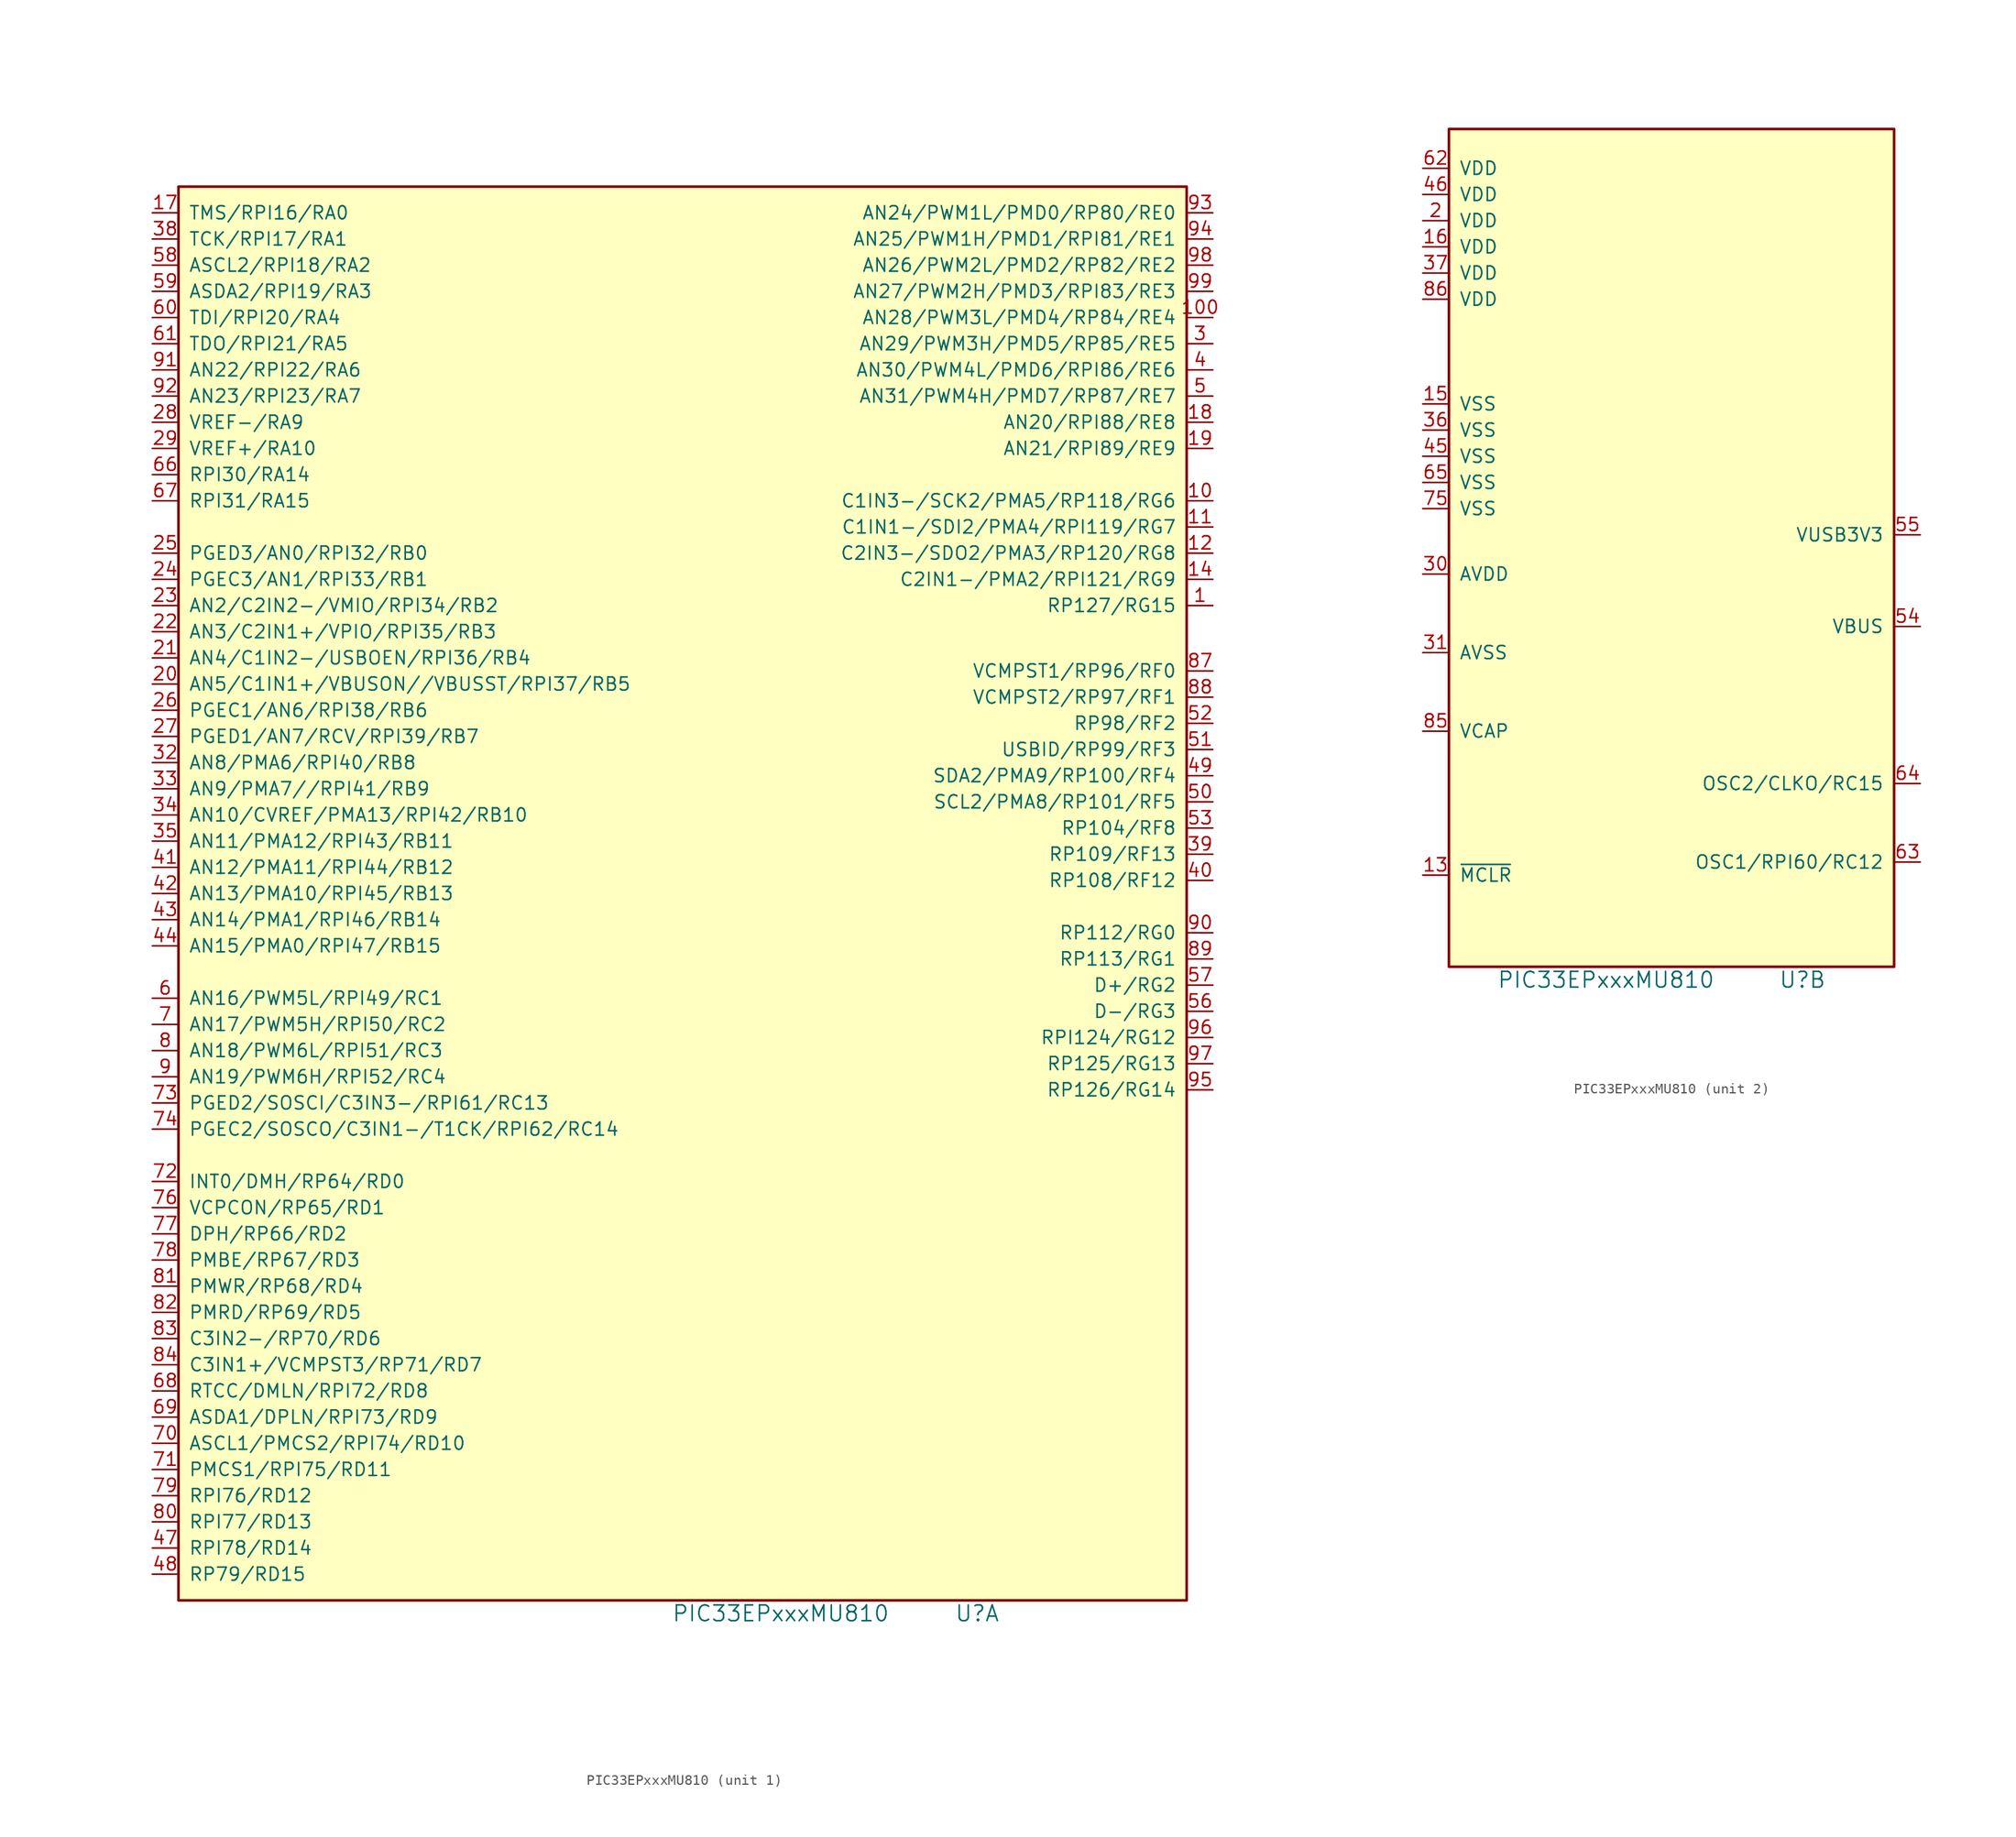
<source format=kicad_sym>
(kicad_symbol_lib
  (version 20211014)
  (generator kicad_symbol_editor)
  (symbol "PIC33EPxxxMU810"
    (pin_names
      (offset 1.016))
    (property "Reference" "U"
      (at 19.05 -97.79 0)
      (effects (font (size 1.524 1.524))))
    (property "Value" "PIC33EPxxxMU810"
      (at 0 -97.79 0)
      (effects (font (size 1.524 1.524))))
    (property "ki_locked" ""
      (at 0 0 0)
      (effects (font (size 1.27 1.27))))
    (symbol "PIC33EPxxxMU810_1_1"
      (rectangle (start -58.42 40.64) (end 39.37 -96.52) (stroke (width 0.254) (type default) (color 0 0 0 0)) (fill (type background)))
      (pin bidirectional line (at 41.91 0 180) (length 2.489) (name "RP127/RG15" (effects (font (size 1.27 1.27)))) (number "1" (effects (font (size 1.27 1.27)))))
      (pin bidirectional line (at 41.91 10.16 180) (length 2.489) (name "C1IN3-/SCK2/PMA5/RP118/RG6" (effects (font (size 1.27 1.27)))) (number "10" (effects (font (size 1.27 1.27)))))
      (pin bidirectional line (at 41.91 27.94 180) (length 2.489) (name "AN28/PWM3L/PMD4/RP84/RE4" (effects (font (size 1.27 1.27)))) (number "100" (effects (font (size 1.27 1.27)))))
      (pin bidirectional line (at 41.91 7.62 180) (length 2.489) (name "C1IN1-/SDI2/PMA4/RPI119/RG7" (effects (font (size 1.27 1.27)))) (number "11" (effects (font (size 1.27 1.27)))))
      (pin bidirectional line (at 41.91 5.08 180) (length 2.489) (name "C2IN3-/SDO2/PMA3/RP120/RG8" (effects (font (size 1.27 1.27)))) (number "12" (effects (font (size 1.27 1.27)))))
      (pin bidirectional line (at 41.91 2.54 180) (length 2.489) (name "C2IN1-/PMA2/RPI121/RG9" (effects (font (size 1.27 1.27)))) (number "14" (effects (font (size 1.27 1.27)))))
      (pin bidirectional line (at -60.96 38.1 0) (length 2.489) (name "TMS/RPI16/RA0" (effects (font (size 1.27 1.27)))) (number "17" (effects (font (size 1.27 1.27)))))
      (pin bidirectional line (at 41.91 17.78 180) (length 2.489) (name "AN20/RPI88/RE8" (effects (font (size 1.27 1.27)))) (number "18" (effects (font (size 1.27 1.27)))))
      (pin bidirectional line (at 41.91 15.24 180) (length 2.489) (name "AN21/RPI89/RE9" (effects (font (size 1.27 1.27)))) (number "19" (effects (font (size 1.27 1.27)))))
      (pin bidirectional line (at -60.96 -7.62 0) (length 2.489) (name "AN5/C1IN1+/VBUSON//VBUSST/RPI37/RB5" (effects (font (size 1.27 1.27)))) (number "20" (effects (font (size 1.27 1.27)))))
      (pin bidirectional line (at -60.96 -5.08 0) (length 2.489) (name "AN4/C1IN2-/USBOEN/RPI36/RB4" (effects (font (size 1.27 1.27)))) (number "21" (effects (font (size 1.27 1.27)))))
      (pin bidirectional line (at -60.96 -2.54 0) (length 2.489) (name "AN3/C2IN1+/VPIO/RPI35/RB3" (effects (font (size 1.27 1.27)))) (number "22" (effects (font (size 1.27 1.27)))))
      (pin bidirectional line (at -60.96 0 0) (length 2.489) (name "AN2/C2IN2-/VMIO/RPI34/RB2" (effects (font (size 1.27 1.27)))) (number "23" (effects (font (size 1.27 1.27)))))
      (pin bidirectional line (at -60.96 2.54 0) (length 2.489) (name "PGEC3/AN1/RPI33/RB1" (effects (font (size 1.27 1.27)))) (number "24" (effects (font (size 1.27 1.27)))))
      (pin bidirectional line (at -60.96 5.08 0) (length 2.489) (name "PGED3/AN0/RPI32/RB0" (effects (font (size 1.27 1.27)))) (number "25" (effects (font (size 1.27 1.27)))))
      (pin bidirectional line (at -60.96 -10.16 0) (length 2.489) (name "PGEC1/AN6/RPI38/RB6" (effects (font (size 1.27 1.27)))) (number "26" (effects (font (size 1.27 1.27)))))
      (pin bidirectional line (at -60.96 -12.7 0) (length 2.489) (name "PGED1/AN7/RCV/RPI39/RB7" (effects (font (size 1.27 1.27)))) (number "27" (effects (font (size 1.27 1.27)))))
      (pin bidirectional line (at -60.96 17.78 0) (length 2.489) (name "VREF-/RA9" (effects (font (size 1.27 1.27)))) (number "28" (effects (font (size 1.27 1.27)))))
      (pin bidirectional line (at -60.96 15.24 0) (length 2.489) (name "VREF+/RA10" (effects (font (size 1.27 1.27)))) (number "29" (effects (font (size 1.27 1.27)))))
      (pin bidirectional line (at 41.91 25.4 180) (length 2.489) (name "AN29/PWM3H/PMD5/RP85/RE5" (effects (font (size 1.27 1.27)))) (number "3" (effects (font (size 1.27 1.27)))))
      (pin bidirectional line (at -60.96 -15.24 0) (length 2.489) (name "AN8/PMA6/RPI40/RB8" (effects (font (size 1.27 1.27)))) (number "32" (effects (font (size 1.27 1.27)))))
      (pin bidirectional line (at -60.96 -17.78 0) (length 2.489) (name "AN9/PMA7//RPI41/RB9" (effects (font (size 1.27 1.27)))) (number "33" (effects (font (size 1.27 1.27)))))
      (pin bidirectional line (at -60.96 -20.32 0) (length 2.489) (name "AN10/CVREF/PMA13/RPI42/RB10" (effects (font (size 1.27 1.27)))) (number "34" (effects (font (size 1.27 1.27)))))
      (pin bidirectional line (at -60.96 -22.86 0) (length 2.489) (name "AN11/PMA12/RPI43/RB11" (effects (font (size 1.27 1.27)))) (number "35" (effects (font (size 1.27 1.27)))))
      (pin bidirectional line (at -60.96 35.56 0) (length 2.489) (name "TCK/RPI17/RA1" (effects (font (size 1.27 1.27)))) (number "38" (effects (font (size 1.27 1.27)))))
      (pin bidirectional line (at 41.91 -24.13 180) (length 2.489) (name "RP109/RF13" (effects (font (size 1.27 1.27)))) (number "39" (effects (font (size 1.27 1.27)))))
      (pin bidirectional line (at 41.91 22.86 180) (length 2.489) (name "AN30/PWM4L/PMD6/RPI86/RE6" (effects (font (size 1.27 1.27)))) (number "4" (effects (font (size 1.27 1.27)))))
      (pin bidirectional line (at 41.91 -26.67 180) (length 2.489) (name "RP108/RF12" (effects (font (size 1.27 1.27)))) (number "40" (effects (font (size 1.27 1.27)))))
      (pin bidirectional line (at -60.96 -25.4 0) (length 2.489) (name "AN12/PMA11/RPI44/RB12" (effects (font (size 1.27 1.27)))) (number "41" (effects (font (size 1.27 1.27)))))
      (pin bidirectional line (at -60.96 -27.94 0) (length 2.489) (name "AN13/PMA10/RPI45/RB13" (effects (font (size 1.27 1.27)))) (number "42" (effects (font (size 1.27 1.27)))))
      (pin bidirectional line (at -60.96 -30.48 0) (length 2.489) (name "AN14/PMA1/RPI46/RB14" (effects (font (size 1.27 1.27)))) (number "43" (effects (font (size 1.27 1.27)))))
      (pin bidirectional line (at -60.96 -33.02 0) (length 2.489) (name "AN15/PMA0/RPI47/RB15" (effects (font (size 1.27 1.27)))) (number "44" (effects (font (size 1.27 1.27)))))
      (pin bidirectional line (at -60.96 -91.44 0) (length 2.489) (name "RPI78/RD14" (effects (font (size 1.27 1.27)))) (number "47" (effects (font (size 1.27 1.27)))))
      (pin bidirectional line (at -60.96 -93.98 0) (length 2.489) (name "RP79/RD15" (effects (font (size 1.27 1.27)))) (number "48" (effects (font (size 1.27 1.27)))))
      (pin bidirectional line (at 41.91 -16.51 180) (length 2.489) (name "SDA2/PMA9/RP100/RF4" (effects (font (size 1.27 1.27)))) (number "49" (effects (font (size 1.27 1.27)))))
      (pin bidirectional line (at 41.91 20.32 180) (length 2.489) (name "AN31/PWM4H/PMD7/RP87/RE7" (effects (font (size 1.27 1.27)))) (number "5" (effects (font (size 1.27 1.27)))))
      (pin bidirectional line (at 41.91 -19.05 180) (length 2.489) (name "SCL2/PMA8/RP101/RF5" (effects (font (size 1.27 1.27)))) (number "50" (effects (font (size 1.27 1.27)))))
      (pin bidirectional line (at 41.91 -13.97 180) (length 2.489) (name "USBID/RP99/RF3" (effects (font (size 1.27 1.27)))) (number "51" (effects (font (size 1.27 1.27)))))
      (pin bidirectional line (at 41.91 -11.43 180) (length 2.489) (name "RP98/RF2" (effects (font (size 1.27 1.27)))) (number "52" (effects (font (size 1.27 1.27)))))
      (pin bidirectional line (at 41.91 -21.59 180) (length 2.489) (name "RP104/RF8" (effects (font (size 1.27 1.27)))) (number "53" (effects (font (size 1.27 1.27)))))
      (pin bidirectional line (at 41.91 -39.37 180) (length 2.489) (name "D-/RG3" (effects (font (size 1.27 1.27)))) (number "56" (effects (font (size 1.27 1.27)))))
      (pin bidirectional line (at 41.91 -36.83 180) (length 2.489) (name "D+/RG2" (effects (font (size 1.27 1.27)))) (number "57" (effects (font (size 1.27 1.27)))))
      (pin bidirectional line (at -60.96 33.02 0) (length 2.489) (name "ASCL2/RPI18/RA2" (effects (font (size 1.27 1.27)))) (number "58" (effects (font (size 1.27 1.27)))))
      (pin bidirectional line (at -60.96 30.48 0) (length 2.489) (name "ASDA2/RPI19/RA3" (effects (font (size 1.27 1.27)))) (number "59" (effects (font (size 1.27 1.27)))))
      (pin bidirectional line (at -60.96 -38.1 0) (length 2.489) (name "AN16/PWM5L/RPI49/RC1" (effects (font (size 1.27 1.27)))) (number "6" (effects (font (size 1.27 1.27)))))
      (pin bidirectional line (at -60.96 27.94 0) (length 2.489) (name "TDI/RPI20/RA4" (effects (font (size 1.27 1.27)))) (number "60" (effects (font (size 1.27 1.27)))))
      (pin bidirectional line (at -60.96 25.4 0) (length 2.489) (name "TDO/RPI21/RA5" (effects (font (size 1.27 1.27)))) (number "61" (effects (font (size 1.27 1.27)))))
      (pin bidirectional line (at -60.96 12.7 0) (length 2.489) (name "RPI30/RA14" (effects (font (size 1.27 1.27)))) (number "66" (effects (font (size 1.27 1.27)))))
      (pin bidirectional line (at -60.96 10.16 0) (length 2.489) (name "RPI31/RA15" (effects (font (size 1.27 1.27)))) (number "67" (effects (font (size 1.27 1.27)))))
      (pin bidirectional line (at -60.96 -76.2 0) (length 2.489) (name "RTCC/DMLN/RPI72/RD8" (effects (font (size 1.27 1.27)))) (number "68" (effects (font (size 1.27 1.27)))))
      (pin bidirectional line (at -60.96 -78.74 0) (length 2.489) (name "ASDA1/DPLN/RPI73/RD9" (effects (font (size 1.27 1.27)))) (number "69" (effects (font (size 1.27 1.27)))))
      (pin bidirectional line (at -60.96 -40.64 0) (length 2.489) (name "AN17/PWM5H/RPI50/RC2" (effects (font (size 1.27 1.27)))) (number "7" (effects (font (size 1.27 1.27)))))
      (pin bidirectional line (at -60.96 -81.28 0) (length 2.489) (name "ASCL1/PMCS2/RPI74/RD10" (effects (font (size 1.27 1.27)))) (number "70" (effects (font (size 1.27 1.27)))))
      (pin bidirectional line (at -60.96 -83.82 0) (length 2.489) (name "PMCS1/RPI75/RD11" (effects (font (size 1.27 1.27)))) (number "71" (effects (font (size 1.27 1.27)))))
      (pin bidirectional line (at -60.96 -55.88 0) (length 2.489) (name "INT0/DMH/RP64/RD0" (effects (font (size 1.27 1.27)))) (number "72" (effects (font (size 1.27 1.27)))))
      (pin bidirectional line (at -60.96 -48.26 0) (length 2.489) (name "PGED2/SOSCI/C3IN3-/RPI61/RC13" (effects (font (size 1.27 1.27)))) (number "73" (effects (font (size 1.27 1.27)))))
      (pin bidirectional line (at -60.96 -50.8 0) (length 2.489) (name "PGEC2/SOSCO/C3IN1-/T1CK/RPI62/RC14" (effects (font (size 1.27 1.27)))) (number "74" (effects (font (size 1.27 1.27)))))
      (pin bidirectional line (at -60.96 -58.42 0) (length 2.489) (name "VCPCON/RP65/RD1" (effects (font (size 1.27 1.27)))) (number "76" (effects (font (size 1.27 1.27)))))
      (pin bidirectional line (at -60.96 -60.96 0) (length 2.489) (name "DPH/RP66/RD2" (effects (font (size 1.27 1.27)))) (number "77" (effects (font (size 1.27 1.27)))))
      (pin bidirectional line (at -60.96 -63.5 0) (length 2.489) (name "PMBE/RP67/RD3" (effects (font (size 1.27 1.27)))) (number "78" (effects (font (size 1.27 1.27)))))
      (pin bidirectional line (at -60.96 -86.36 0) (length 2.489) (name "RPI76/RD12" (effects (font (size 1.27 1.27)))) (number "79" (effects (font (size 1.27 1.27)))))
      (pin bidirectional line (at -60.96 -43.18 0) (length 2.489) (name "AN18/PWM6L/RPI51/RC3" (effects (font (size 1.27 1.27)))) (number "8" (effects (font (size 1.27 1.27)))))
      (pin bidirectional line (at -60.96 -88.9 0) (length 2.489) (name "RPI77/RD13" (effects (font (size 1.27 1.27)))) (number "80" (effects (font (size 1.27 1.27)))))
      (pin bidirectional line (at -60.96 -66.04 0) (length 2.489) (name "PMWR/RP68/RD4" (effects (font (size 1.27 1.27)))) (number "81" (effects (font (size 1.27 1.27)))))
      (pin bidirectional line (at -60.96 -68.58 0) (length 2.489) (name "PMRD/RP69/RD5" (effects (font (size 1.27 1.27)))) (number "82" (effects (font (size 1.27 1.27)))))
      (pin bidirectional line (at -60.96 -71.12 0) (length 2.489) (name "C3IN2-/RP70/RD6" (effects (font (size 1.27 1.27)))) (number "83" (effects (font (size 1.27 1.27)))))
      (pin bidirectional line (at -60.96 -73.66 0) (length 2.489) (name "C3IN1+/VCMPST3/RP71/RD7" (effects (font (size 1.27 1.27)))) (number "84" (effects (font (size 1.27 1.27)))))
      (pin bidirectional line (at 41.91 -6.35 180) (length 2.489) (name "VCMPST1/RP96/RF0" (effects (font (size 1.27 1.27)))) (number "87" (effects (font (size 1.27 1.27)))))
      (pin bidirectional line (at 41.91 -8.89 180) (length 2.489) (name "VCMPST2/RP97/RF1" (effects (font (size 1.27 1.27)))) (number "88" (effects (font (size 1.27 1.27)))))
      (pin bidirectional line (at 41.91 -34.29 180) (length 2.489) (name "RP113/RG1" (effects (font (size 1.27 1.27)))) (number "89" (effects (font (size 1.27 1.27)))))
      (pin bidirectional line (at -60.96 -45.72 0) (length 2.489) (name "AN19/PWM6H/RPI52/RC4" (effects (font (size 1.27 1.27)))) (number "9" (effects (font (size 1.27 1.27)))))
      (pin bidirectional line (at 41.91 -31.75 180) (length 2.489) (name "RP112/RG0" (effects (font (size 1.27 1.27)))) (number "90" (effects (font (size 1.27 1.27)))))
      (pin bidirectional line (at -60.96 22.86 0) (length 2.489) (name "AN22/RPI22/RA6" (effects (font (size 1.27 1.27)))) (number "91" (effects (font (size 1.27 1.27)))))
      (pin bidirectional line (at -60.96 20.32 0) (length 2.489) (name "AN23/RPI23/RA7" (effects (font (size 1.27 1.27)))) (number "92" (effects (font (size 1.27 1.27)))))
      (pin bidirectional line (at 41.91 38.1 180) (length 2.489) (name "AN24/PWM1L/PMD0/RP80/RE0" (effects (font (size 1.27 1.27)))) (number "93" (effects (font (size 1.27 1.27)))))
      (pin bidirectional line (at 41.91 35.56 180) (length 2.489) (name "AN25/PWM1H/PMD1/RPI81/RE1" (effects (font (size 1.27 1.27)))) (number "94" (effects (font (size 1.27 1.27)))))
      (pin bidirectional line (at 41.91 -46.99 180) (length 2.489) (name "RP126/RG14" (effects (font (size 1.27 1.27)))) (number "95" (effects (font (size 1.27 1.27)))))
      (pin bidirectional line (at 41.91 -41.91 180) (length 2.489) (name "RPI124/RG12" (effects (font (size 1.27 1.27)))) (number "96" (effects (font (size 1.27 1.27)))))
      (pin bidirectional line (at 41.91 -44.45 180) (length 2.489) (name "RP125/RG13" (effects (font (size 1.27 1.27)))) (number "97" (effects (font (size 1.27 1.27)))))
      (pin bidirectional line (at 41.91 33.02 180) (length 2.489) (name "AN26/PWM2L/PMD2/RP82/RE2" (effects (font (size 1.27 1.27)))) (number "98" (effects (font (size 1.27 1.27)))))
      (pin bidirectional line (at 41.91 30.48 180) (length 2.489) (name "AN27/PWM2H/PMD3/RPI83/RE3" (effects (font (size 1.27 1.27)))) (number "99" (effects (font (size 1.27 1.27))))))
    (symbol "PIC33EPxxxMU810_2_1"
      (rectangle (start 27.94 -15.24) (end -15.24 -96.52) (stroke (width 0.254) (type default) (color 0 0 0 0)) (fill (type background)))
      (pin input line (at -17.78 -87.63 0) (length 2.489) (name "~{MCLR}" (effects (font (size 1.27 1.27)))) (number "13" (effects (font (size 1.27 1.27)))))
      (pin power_in line (at -17.78 -41.91 0) (length 2.489) (name "VSS" (effects (font (size 1.27 1.27)))) (number "15" (effects (font (size 1.27 1.27)))))
      (pin power_in line (at -17.78 -26.67 0) (length 2.489) (name "VDD" (effects (font (size 1.27 1.27)))) (number "16" (effects (font (size 1.27 1.27)))))
      (pin power_in line (at -17.78 -24.13 0) (length 2.489) (name "VDD" (effects (font (size 1.27 1.27)))) (number "2" (effects (font (size 1.27 1.27)))))
      (pin power_in line (at -17.78 -58.42 0) (length 2.489) (name "AVDD" (effects (font (size 1.27 1.27)))) (number "30" (effects (font (size 1.27 1.27)))))
      (pin power_in line (at -17.78 -66.04 0) (length 2.489) (name "AVSS" (effects (font (size 1.27 1.27)))) (number "31" (effects (font (size 1.27 1.27)))))
      (pin power_in line (at -17.78 -44.45 0) (length 2.489) (name "VSS" (effects (font (size 1.27 1.27)))) (number "36" (effects (font (size 1.27 1.27)))))
      (pin power_in line (at -17.78 -29.21 0) (length 2.489) (name "VDD" (effects (font (size 1.27 1.27)))) (number "37" (effects (font (size 1.27 1.27)))))
      (pin power_in line (at -17.78 -46.99 0) (length 2.489) (name "VSS" (effects (font (size 1.27 1.27)))) (number "45" (effects (font (size 1.27 1.27)))))
      (pin power_in line (at -17.78 -21.59 0) (length 2.489) (name "VDD" (effects (font (size 1.27 1.27)))) (number "46" (effects (font (size 1.27 1.27)))))
      (pin power_in line (at 30.48 -63.5 180) (length 2.489) (name "VBUS" (effects (font (size 1.27 1.27)))) (number "54" (effects (font (size 1.27 1.27)))))
      (pin power_in line (at 30.48 -54.61 180) (length 2.489) (name "VUSB3V3" (effects (font (size 1.27 1.27)))) (number "55" (effects (font (size 1.27 1.27)))))
      (pin power_in line (at -17.78 -19.05 0) (length 2.489) (name "VDD" (effects (font (size 1.27 1.27)))) (number "62" (effects (font (size 1.27 1.27)))))
      (pin bidirectional line (at 30.48 -86.36 180) (length 2.489) (name "OSC1/RPI60/RC12" (effects (font (size 1.27 1.27)))) (number "63" (effects (font (size 1.27 1.27)))))
      (pin bidirectional line (at 30.48 -78.74 180) (length 2.489) (name "OSC2/CLKO/RC15" (effects (font (size 1.27 1.27)))) (number "64" (effects (font (size 1.27 1.27)))))
      (pin power_in line (at -17.78 -49.53 0) (length 2.489) (name "VSS" (effects (font (size 1.27 1.27)))) (number "65" (effects (font (size 1.27 1.27)))))
      (pin power_in line (at -17.78 -52.07 0) (length 2.489) (name "VSS" (effects (font (size 1.27 1.27)))) (number "75" (effects (font (size 1.27 1.27)))))
      (pin input line (at -17.78 -73.66 0) (length 2.489) (name "VCAP" (effects (font (size 1.27 1.27)))) (number "85" (effects (font (size 1.27 1.27)))))
      (pin power_in line (at -17.78 -31.75 0) (length 2.489) (name "VDD" (effects (font (size 1.27 1.27)))) (number "86" (effects (font (size 1.27 1.27))))))))
</source>
